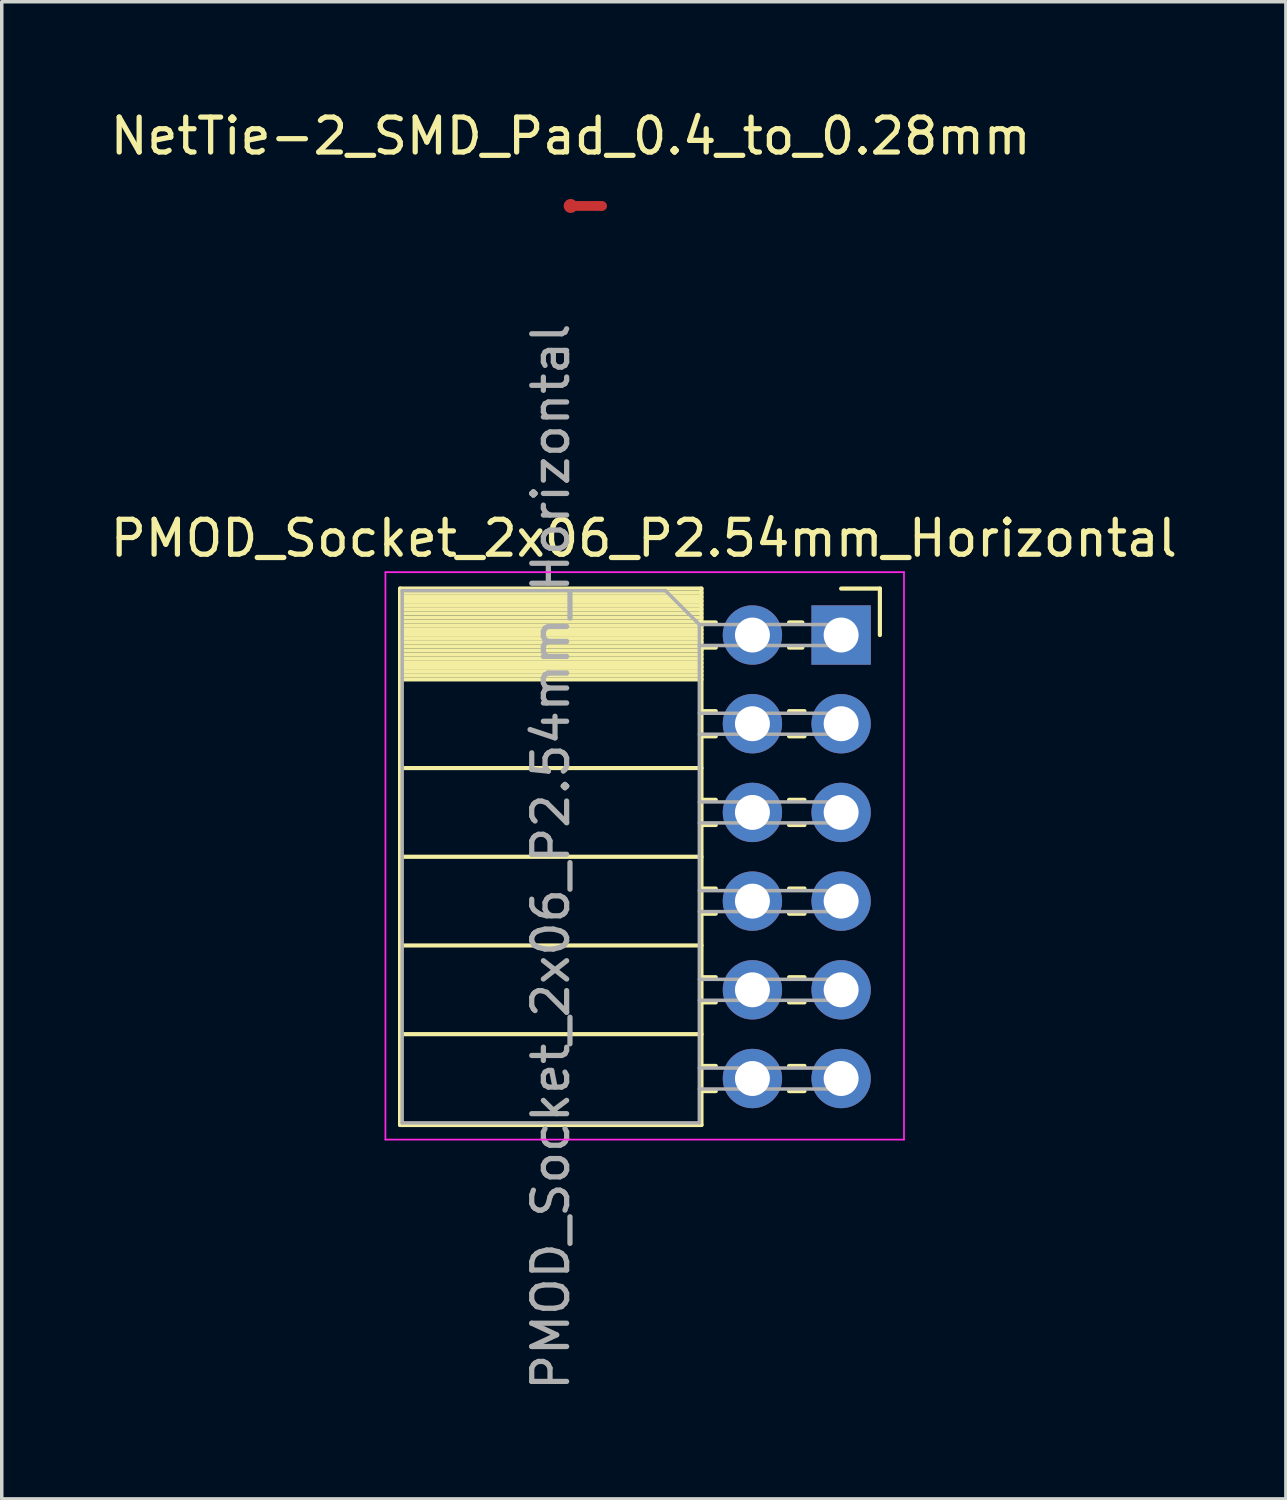
<source format=kicad_pcb>
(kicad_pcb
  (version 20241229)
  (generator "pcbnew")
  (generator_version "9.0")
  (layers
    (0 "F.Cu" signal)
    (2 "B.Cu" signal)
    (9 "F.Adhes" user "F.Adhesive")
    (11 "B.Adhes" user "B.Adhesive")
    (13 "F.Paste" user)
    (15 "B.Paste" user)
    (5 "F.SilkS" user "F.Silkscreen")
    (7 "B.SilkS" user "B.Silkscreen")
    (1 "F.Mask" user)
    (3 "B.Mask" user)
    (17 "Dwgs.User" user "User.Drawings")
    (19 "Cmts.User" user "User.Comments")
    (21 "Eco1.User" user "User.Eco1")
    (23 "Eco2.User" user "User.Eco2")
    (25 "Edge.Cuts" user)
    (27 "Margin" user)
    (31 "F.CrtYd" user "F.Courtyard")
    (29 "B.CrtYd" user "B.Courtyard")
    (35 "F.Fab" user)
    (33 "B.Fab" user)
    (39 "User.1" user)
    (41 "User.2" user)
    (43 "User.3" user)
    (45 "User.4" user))
  (footprint "NetTie-2_SMD_Pad_0.4_to_0.28mm"
    (layer "F.Cu")
    (at 13.292 2.848)
    (property "Reference" "NetTie-2_SMD_Pad_0.4_to_0.28mm" (at 0 -2 0) (layer "F.SilkS") (effects (font (size 1 1) (thickness 0.15))))
    (attr exclude_from_pos_files exclude_from_bom)
    (fp_rect (start 0.902 -0.14) (end 0.138 0.14) (stroke (width 0) (type solid)) (fill yes) (layer "F.Cu"))
    (pad "1" smd circle (at 0 0 180) (size 0.4 0.4) (layers "F.Cu"))
    (pad "2" smd circle (at 0.9 0 180) (size 0.28 0.28) (layers "F.Cu")))
  (footprint "PMOD_Socket_2x06_P2.54mm_Horizontal"
    (layer "F.Cu")
    (at 21.037 15.135)
    (property "Reference" "PMOD_Socket_2x06_P2.54mm_Horizontal" (at -5.65 -2.77 0) (layer "F.SilkS") (effects (font (size 1 1) (thickness 0.15))))
    (attr through_hole)
    (fp_line (start -12.63 -1.33) (end -12.63 14.03) (stroke (width 0.12) (type solid)) (layer "F.SilkS"))
    (fp_line (start -12.63 -1.33) (end -4 -1.33) (stroke (width 0.12) (type solid)) (layer "F.SilkS"))
    (fp_line (start -12.63 -1.21) (end -4 -1.21) (stroke (width 0.12) (type solid)) (layer "F.SilkS"))
    (fp_line (start -12.63 -1.092) (end -4 -1.092) (stroke (width 0.12) (type solid)) (layer "F.SilkS"))
    (fp_line (start -12.63 -0.974) (end -4 -0.974) (stroke (width 0.12) (type solid)) (layer "F.SilkS"))
    (fp_line (start -12.63 -0.856) (end -4 -0.856) (stroke (width 0.12) (type solid)) (layer "F.SilkS"))
    (fp_line (start -12.63 -0.738) (end -4 -0.738) (stroke (width 0.12) (type solid)) (layer "F.SilkS"))
    (fp_line (start -12.63 -0.62) (end -4 -0.62) (stroke (width 0.12) (type solid)) (layer "F.SilkS"))
    (fp_line (start -12.63 -0.501) (end -4 -0.501) (stroke (width 0.12) (type solid)) (layer "F.SilkS"))
    (fp_line (start -12.63 -0.383) (end -4 -0.383) (stroke (width 0.12) (type solid)) (layer "F.SilkS"))
    (fp_line (start -12.63 -0.265) (end -4 -0.265) (stroke (width 0.12) (type solid)) (layer "F.SilkS"))
    (fp_line (start -12.63 -0.147) (end -4 -0.147) (stroke (width 0.12) (type solid)) (layer "F.SilkS"))
    (fp_line (start -12.63 -0.029) (end -4 -0.029) (stroke (width 0.12) (type solid)) (layer "F.SilkS"))
    (fp_line (start -12.63 0.089) (end -4 0.089) (stroke (width 0.12) (type solid)) (layer "F.SilkS"))
    (fp_line (start -12.63 0.207) (end -4 0.207) (stroke (width 0.12) (type solid)) (layer "F.SilkS"))
    (fp_line (start -12.63 0.325) (end -4 0.325) (stroke (width 0.12) (type solid)) (layer "F.SilkS"))
    (fp_line (start -12.63 0.443) (end -4 0.443) (stroke (width 0.12) (type solid)) (layer "F.SilkS"))
    (fp_line (start -12.63 0.561) (end -4 0.561) (stroke (width 0.12) (type solid)) (layer "F.SilkS"))
    (fp_line (start -12.63 0.68) (end -4 0.68) (stroke (width 0.12) (type solid)) (layer "F.SilkS"))
    (fp_line (start -12.63 0.798) (end -4 0.798) (stroke (width 0.12) (type solid)) (layer "F.SilkS"))
    (fp_line (start -12.63 0.916) (end -4 0.916) (stroke (width 0.12) (type solid)) (layer "F.SilkS"))
    (fp_line (start -12.63 1.034) (end -4 1.034) (stroke (width 0.12) (type solid)) (layer "F.SilkS"))
    (fp_line (start -12.63 1.152) (end -4 1.152) (stroke (width 0.12) (type solid)) (layer "F.SilkS"))
    (fp_line (start -12.63 1.27) (end -4 1.27) (stroke (width 0.12) (type solid)) (layer "F.SilkS"))
    (fp_line (start -12.63 3.81) (end -4 3.81) (stroke (width 0.12) (type solid)) (layer "F.SilkS"))
    (fp_line (start -12.63 6.35) (end -4 6.35) (stroke (width 0.12) (type solid)) (layer "F.SilkS"))
    (fp_line (start -12.63 8.89) (end -4 8.89) (stroke (width 0.12) (type solid)) (layer "F.SilkS"))
    (fp_line (start -12.63 11.43) (end -4 11.43) (stroke (width 0.12) (type solid)) (layer "F.SilkS"))
    (fp_line (start -12.63 14.03) (end -4 14.03) (stroke (width 0.12) (type solid)) (layer "F.SilkS"))
    (fp_line (start -4 -1.33) (end -4 14.03) (stroke (width 0.12) (type solid)) (layer "F.SilkS"))
    (fp_line (start -4 -0.36) (end -3.59 -0.36) (stroke (width 0.12) (type solid)) (layer "F.SilkS"))
    (fp_line (start -4 0.36) (end -3.59 0.36) (stroke (width 0.12) (type solid)) (layer "F.SilkS"))
    (fp_line (start -4 2.18) (end -3.59 2.18) (stroke (width 0.12) (type solid)) (layer "F.SilkS"))
    (fp_line (start -4 2.9) (end -3.59 2.9) (stroke (width 0.12) (type solid)) (layer "F.SilkS"))
    (fp_line (start -4 4.72) (end -3.59 4.72) (stroke (width 0.12) (type solid)) (layer "F.SilkS"))
    (fp_line (start -4 5.44) (end -3.59 5.44) (stroke (width 0.12) (type solid)) (layer "F.SilkS"))
    (fp_line (start -4 7.26) (end -3.59 7.26) (stroke (width 0.12) (type solid)) (layer "F.SilkS"))
    (fp_line (start -4 7.98) (end -3.59 7.98) (stroke (width 0.12) (type solid)) (layer "F.SilkS"))
    (fp_line (start -4 9.8) (end -3.59 9.8) (stroke (width 0.12) (type solid)) (layer "F.SilkS"))
    (fp_line (start -4 10.52) (end -3.59 10.52) (stroke (width 0.12) (type solid)) (layer "F.SilkS"))
    (fp_line (start -4 12.34) (end -3.59 12.34) (stroke (width 0.12) (type solid)) (layer "F.SilkS"))
    (fp_line (start -4 13.06) (end -3.59 13.06) (stroke (width 0.12) (type solid)) (layer "F.SilkS"))
    (fp_line (start -1.49 -0.36) (end -1.11 -0.36) (stroke (width 0.12) (type solid)) (layer "F.SilkS"))
    (fp_line (start -1.49 0.36) (end -1.11 0.36) (stroke (width 0.12) (type solid)) (layer "F.SilkS"))
    (fp_line (start -1.49 2.18) (end -1.05 2.18) (stroke (width 0.12) (type solid)) (layer "F.SilkS"))
    (fp_line (start -1.49 2.9) (end -1.05 2.9) (stroke (width 0.12) (type solid)) (layer "F.SilkS"))
    (fp_line (start -1.49 4.72) (end -1.05 4.72) (stroke (width 0.12) (type solid)) (layer "F.SilkS"))
    (fp_line (start -1.49 5.44) (end -1.05 5.44) (stroke (width 0.12) (type solid)) (layer "F.SilkS"))
    (fp_line (start -1.49 7.26) (end -1.05 7.26) (stroke (width 0.12) (type solid)) (layer "F.SilkS"))
    (fp_line (start -1.49 7.98) (end -1.05 7.98) (stroke (width 0.12) (type solid)) (layer "F.SilkS"))
    (fp_line (start -1.49 9.8) (end -1.05 9.8) (stroke (width 0.12) (type solid)) (layer "F.SilkS"))
    (fp_line (start -1.49 10.52) (end -1.05 10.52) (stroke (width 0.12) (type solid)) (layer "F.SilkS"))
    (fp_line (start -1.49 12.34) (end -1.05 12.34) (stroke (width 0.12) (type solid)) (layer "F.SilkS"))
    (fp_line (start -1.49 13.06) (end -1.05 13.06) (stroke (width 0.12) (type solid)) (layer "F.SilkS"))
    (fp_line (start 0 -1.33) (end 1.11 -1.33) (stroke (width 0.12) (type solid)) (layer "F.SilkS"))
    (fp_line (start 1.11 -1.33) (end 1.11 0) (stroke (width 0.12) (type solid)) (layer "F.SilkS"))
    (fp_line (start -13.05 -1.8) (end -13.05 14.45) (stroke (width 0.05) (type solid)) (layer "F.CrtYd"))
    (fp_line (start -13.05 14.45) (end 1.8 14.45) (stroke (width 0.05) (type solid)) (layer "F.CrtYd"))
    (fp_line (start 1.8 -1.8) (end -13.05 -1.8) (stroke (width 0.05) (type solid)) (layer "F.CrtYd"))
    (fp_line (start 1.8 14.45) (end 1.8 -1.8) (stroke (width 0.05) (type solid)) (layer "F.CrtYd"))
    (fp_line (start -12.57 -1.27) (end -5.03 -1.27) (stroke (width 0.1) (type solid)) (layer "F.Fab"))
    (fp_line (start -12.57 13.97) (end -12.57 -1.27) (stroke (width 0.1) (type solid)) (layer "F.Fab"))
    (fp_line (start -5.03 -1.27) (end -4.06 -0.3) (stroke (width 0.1) (type solid)) (layer "F.Fab"))
    (fp_line (start -4.06 -0.3) (end -4.06 13.97) (stroke (width 0.1) (type solid)) (layer "F.Fab"))
    (fp_line (start -4.06 0.3) (end 0 0.3) (stroke (width 0.1) (type solid)) (layer "F.Fab"))
    (fp_line (start -4.06 2.84) (end 0 2.84) (stroke (width 0.1) (type solid)) (layer "F.Fab"))
    (fp_line (start -4.06 5.38) (end 0 5.38) (stroke (width 0.1) (type solid)) (layer "F.Fab"))
    (fp_line (start -4.06 7.92) (end 0 7.92) (stroke (width 0.1) (type solid)) (layer "F.Fab"))
    (fp_line (start -4.06 10.46) (end 0 10.46) (stroke (width 0.1) (type solid)) (layer "F.Fab"))
    (fp_line (start -4.06 13) (end 0 13) (stroke (width 0.1) (type solid)) (layer "F.Fab"))
    (fp_line (start -4.06 13.97) (end -12.57 13.97) (stroke (width 0.1) (type solid)) (layer "F.Fab"))
    (fp_line (start 0 -0.3) (end -4.06 -0.3) (stroke (width 0.1) (type solid)) (layer "F.Fab"))
    (fp_line (start 0 0.3) (end 0 -0.3) (stroke (width 0.1) (type solid)) (layer "F.Fab"))
    (fp_line (start 0 2.24) (end -4.06 2.24) (stroke (width 0.1) (type solid)) (layer "F.Fab"))
    (fp_line (start 0 2.84) (end 0 2.24) (stroke (width 0.1) (type solid)) (layer "F.Fab"))
    (fp_line (start 0 4.78) (end -4.06 4.78) (stroke (width 0.1) (type solid)) (layer "F.Fab"))
    (fp_line (start 0 5.38) (end 0 4.78) (stroke (width 0.1) (type solid)) (layer "F.Fab"))
    (fp_line (start 0 7.32) (end -4.06 7.32) (stroke (width 0.1) (type solid)) (layer "F.Fab"))
    (fp_line (start 0 7.92) (end 0 7.32) (stroke (width 0.1) (type solid)) (layer "F.Fab"))
    (fp_line (start 0 9.86) (end -4.06 9.86) (stroke (width 0.1) (type solid)) (layer "F.Fab"))
    (fp_line (start 0 10.46) (end 0 9.86) (stroke (width 0.1) (type solid)) (layer "F.Fab"))
    (fp_line (start 0 12.4) (end -4.06 12.4) (stroke (width 0.1) (type solid)) (layer "F.Fab"))
    (fp_line (start 0 13) (end 0 12.4) (stroke (width 0.1) (type solid)) (layer "F.Fab"))
    (fp_text user "${REFERENCE}" (at -8.315 6.35 90) (layer "F.Fab") (effects (font (size 1 1) (thickness 0.15))))
    (pad "1" thru_hole rect (at 0 0) (size 1.7 1.7) (drill 1) (layers "*.Cu" "*.Mask"))
    (pad "2" thru_hole oval (at 0 2.54) (size 1.7 1.7) (drill 1) (layers "*.Cu" "*.Mask"))
    (pad "3" thru_hole oval (at 0 5.08) (size 1.7 1.7) (drill 1) (layers "*.Cu" "*.Mask"))
    (pad "4" thru_hole oval (at 0 7.62) (size 1.7 1.7) (drill 1) (layers "*.Cu" "*.Mask"))
    (pad "5" thru_hole oval (at 0 10.16) (size 1.7 1.7) (drill 1) (layers "*.Cu" "*.Mask"))
    (pad "6" thru_hole oval (at 0 12.7) (size 1.7 1.7) (drill 1) (layers "*.Cu" "*.Mask"))
    (pad "7" thru_hole oval (at -2.54 0) (size 1.7 1.7) (drill 1) (layers "*.Cu" "*.Mask"))
    (pad "8" thru_hole oval (at -2.54 2.54) (size 1.7 1.7) (drill 1) (layers "*.Cu" "*.Mask"))
    (pad "9" thru_hole oval (at -2.54 5.08) (size 1.7 1.7) (drill 1) (layers "*.Cu" "*.Mask"))
    (pad "10" thru_hole oval (at -2.54 7.62) (size 1.7 1.7) (drill 1) (layers "*.Cu" "*.Mask"))
    (pad "11" thru_hole oval (at -2.54 10.16) (size 1.7 1.7) (drill 1) (layers "*.Cu" "*.Mask"))
    (pad "12" thru_hole oval (at -2.54 12.7) (size 1.7 1.7) (drill 1) (layers "*.Cu" "*.Mask")))
  (gr_rect
    (start -3 -3)
    (end 33.774 39.872)
    (stroke (width 0.1) (type default))
    (fill no)
    (layer "Edge.Cuts")))
</source>
